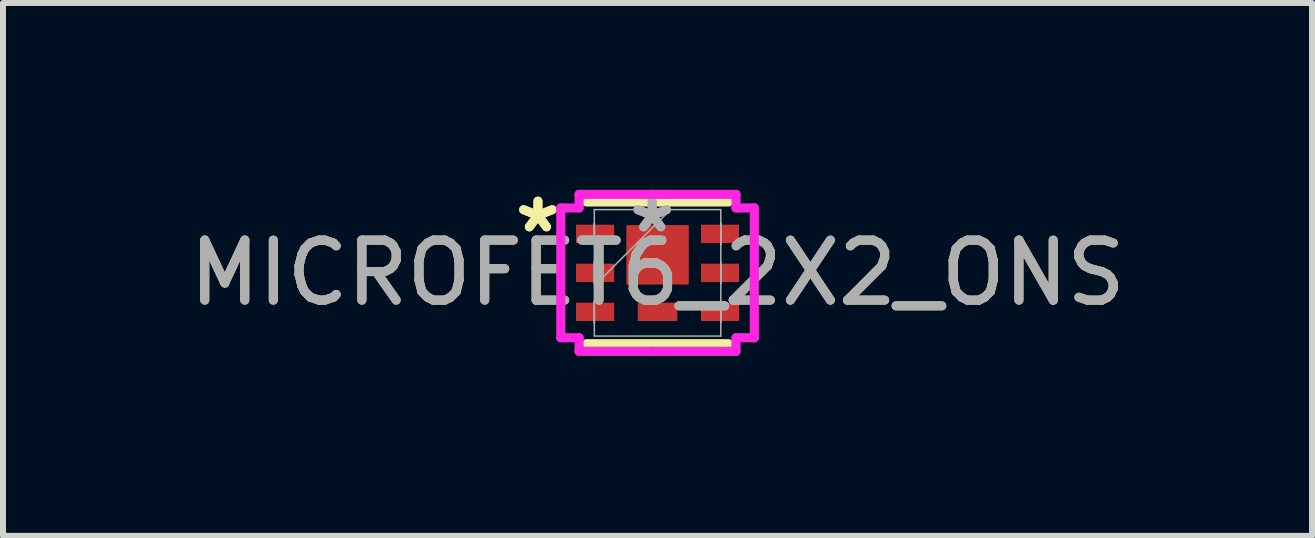
<source format=kicad_pcb>
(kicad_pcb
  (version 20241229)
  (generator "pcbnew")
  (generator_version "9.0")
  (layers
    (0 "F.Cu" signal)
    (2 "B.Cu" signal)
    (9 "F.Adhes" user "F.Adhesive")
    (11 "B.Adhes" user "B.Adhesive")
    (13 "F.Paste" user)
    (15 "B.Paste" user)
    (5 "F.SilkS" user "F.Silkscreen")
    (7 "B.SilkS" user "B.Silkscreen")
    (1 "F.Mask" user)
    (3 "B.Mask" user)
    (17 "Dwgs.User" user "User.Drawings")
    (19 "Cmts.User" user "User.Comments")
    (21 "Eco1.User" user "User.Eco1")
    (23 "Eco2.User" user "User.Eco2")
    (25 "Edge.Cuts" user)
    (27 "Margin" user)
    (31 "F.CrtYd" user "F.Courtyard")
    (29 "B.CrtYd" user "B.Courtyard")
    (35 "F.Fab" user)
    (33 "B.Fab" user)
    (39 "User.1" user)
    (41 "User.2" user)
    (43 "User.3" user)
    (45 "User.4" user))
  (footprint "MICROFET6_2X2_ONS"
    (layer "F.Cu")
    (at 7.911 1.498)
    (property "Reference" "MICROFET6_2X2_ONS" (at 0 0 0) (unlocked yes) (layer "F.SilkS") (effects (font (size 1 1) (thickness 0.15))))
    (attr smd)
    (fp_line (start -1.181 1.181) (end 1.181 1.181) (stroke (width 0.152) (type solid)) (layer "F.SilkS"))
    (fp_line (start 1.181 -1.181) (end -1.181 -1.181) (stroke (width 0.152) (type solid)) (layer "F.SilkS"))
    (fp_line (start -1.613 -1.082) (end -1.308 -1.082) (stroke (width 0.152) (type solid)) (layer "F.CrtYd"))
    (fp_line (start -1.613 1.082) (end -1.613 -1.082) (stroke (width 0.152) (type solid)) (layer "F.CrtYd"))
    (fp_line (start -1.308 -1.308) (end -0.107 -1.308) (stroke (width 0.152) (type solid)) (layer "F.CrtYd"))
    (fp_line (start -1.308 -1.082) (end -1.308 -1.308) (stroke (width 0.152) (type solid)) (layer "F.CrtYd"))
    (fp_line (start -1.308 1.082) (end -1.613 1.082) (stroke (width 0.152) (type solid)) (layer "F.CrtYd"))
    (fp_line (start -1.308 1.308) (end -1.308 1.082) (stroke (width 0.152) (type solid)) (layer "F.CrtYd"))
    (fp_line (start -0.107 -1.308) (end -0.107 -1.308) (stroke (width 0.152) (type solid)) (layer "F.CrtYd"))
    (fp_line (start -0.107 -1.308) (end 0.107 -1.308) (stroke (width 0.152) (type solid)) (layer "F.CrtYd"))
    (fp_line (start -0.107 1.308) (end -1.308 1.308) (stroke (width 0.152) (type solid)) (layer "F.CrtYd"))
    (fp_line (start -0.107 1.308) (end -0.107 1.308) (stroke (width 0.152) (type solid)) (layer "F.CrtYd"))
    (fp_line (start 0.107 -1.308) (end 0.107 -1.308) (stroke (width 0.152) (type solid)) (layer "F.CrtYd"))
    (fp_line (start 0.107 -1.308) (end 1.308 -1.308) (stroke (width 0.152) (type solid)) (layer "F.CrtYd"))
    (fp_line (start 0.107 1.308) (end -0.107 1.308) (stroke (width 0.152) (type solid)) (layer "F.CrtYd"))
    (fp_line (start 0.107 1.308) (end 0.107 1.308) (stroke (width 0.152) (type solid)) (layer "F.CrtYd"))
    (fp_line (start 1.308 -1.308) (end 1.308 -1.082) (stroke (width 0.152) (type solid)) (layer "F.CrtYd"))
    (fp_line (start 1.308 -1.082) (end 1.613 -1.082) (stroke (width 0.152) (type solid)) (layer "F.CrtYd"))
    (fp_line (start 1.308 1.082) (end 1.308 1.308) (stroke (width 0.152) (type solid)) (layer "F.CrtYd"))
    (fp_line (start 1.308 1.308) (end 0.107 1.308) (stroke (width 0.152) (type solid)) (layer "F.CrtYd"))
    (fp_line (start 1.613 -1.082) (end 1.613 1.082) (stroke (width 0.152) (type solid)) (layer "F.CrtYd"))
    (fp_line (start 1.613 1.082) (end 1.308 1.082) (stroke (width 0.152) (type solid)) (layer "F.CrtYd"))
    (fp_line (start -1.054 -1.054) (end -1.054 1.054) (stroke (width 0.025) (type solid)) (layer "F.Fab"))
    (fp_line (start -1.054 -0.828) (end -1.054 -0.828) (stroke (width 0.025) (type solid)) (layer "F.Fab"))
    (fp_line (start -1.054 -0.828) (end -1.054 -0.472) (stroke (width 0.025) (type solid)) (layer "F.Fab"))
    (fp_line (start -1.054 -0.472) (end -1.054 -0.828) (stroke (width 0.025) (type solid)) (layer "F.Fab"))
    (fp_line (start -1.054 -0.472) (end -1.054 -0.472) (stroke (width 0.025) (type solid)) (layer "F.Fab"))
    (fp_line (start -1.054 -0.178) (end -1.054 -0.178) (stroke (width 0.025) (type solid)) (layer "F.Fab"))
    (fp_line (start -1.054 -0.178) (end -1.054 0.178) (stroke (width 0.025) (type solid)) (layer "F.Fab"))
    (fp_line (start -1.054 0.178) (end -1.054 -0.178) (stroke (width 0.025) (type solid)) (layer "F.Fab"))
    (fp_line (start -1.054 0.178) (end -1.054 0.178) (stroke (width 0.025) (type solid)) (layer "F.Fab"))
    (fp_line (start -1.054 0.216) (end 0.216 -1.054) (stroke (width 0.025) (type solid)) (layer "F.Fab"))
    (fp_line (start -1.054 0.472) (end -1.054 0.472) (stroke (width 0.025) (type solid)) (layer "F.Fab"))
    (fp_line (start -1.054 0.472) (end -1.054 0.828) (stroke (width 0.025) (type solid)) (layer "F.Fab"))
    (fp_line (start -1.054 0.828) (end -1.054 0.472) (stroke (width 0.025) (type solid)) (layer "F.Fab"))
    (fp_line (start -1.054 0.828) (end -1.054 0.828) (stroke (width 0.025) (type solid)) (layer "F.Fab"))
    (fp_line (start -1.054 1.054) (end 1.054 1.054) (stroke (width 0.025) (type solid)) (layer "F.Fab"))
    (fp_line (start 1.054 -1.054) (end -1.054 -1.054) (stroke (width 0.025) (type solid)) (layer "F.Fab"))
    (fp_line (start 1.054 -0.828) (end 1.054 -0.828) (stroke (width 0.025) (type solid)) (layer "F.Fab"))
    (fp_line (start 1.054 -0.828) (end 1.054 -0.472) (stroke (width 0.025) (type solid)) (layer "F.Fab"))
    (fp_line (start 1.054 -0.472) (end 1.054 -0.828) (stroke (width 0.025) (type solid)) (layer "F.Fab"))
    (fp_line (start 1.054 -0.472) (end 1.054 -0.472) (stroke (width 0.025) (type solid)) (layer "F.Fab"))
    (fp_line (start 1.054 -0.178) (end 1.054 -0.178) (stroke (width 0.025) (type solid)) (layer "F.Fab"))
    (fp_line (start 1.054 -0.178) (end 1.054 0.178) (stroke (width 0.025) (type solid)) (layer "F.Fab"))
    (fp_line (start 1.054 0.178) (end 1.054 -0.178) (stroke (width 0.025) (type solid)) (layer "F.Fab"))
    (fp_line (start 1.054 0.178) (end 1.054 0.178) (stroke (width 0.025) (type solid)) (layer "F.Fab"))
    (fp_line (start 1.054 0.472) (end 1.054 0.472) (stroke (width 0.025) (type solid)) (layer "F.Fab"))
    (fp_line (start 1.054 0.472) (end 1.054 0.828) (stroke (width 0.025) (type solid)) (layer "F.Fab"))
    (fp_line (start 1.054 0.828) (end 1.054 0.472) (stroke (width 0.025) (type solid)) (layer "F.Fab"))
    (fp_line (start 1.054 0.828) (end 1.054 0.828) (stroke (width 0.025) (type solid)) (layer "F.Fab"))
    (fp_line (start 1.054 1.054) (end 1.054 -1.054) (stroke (width 0.025) (type solid)) (layer "F.Fab"))
    (fp_text user "*" (at -1.994 -0.65 0) (unlocked yes) (layer "F.SilkS") (effects (font (size 1 1) (thickness 0.15))))
    (fp_text user "*" (at -1.994 -0.65 0) (layer "F.SilkS") (effects (font (size 1 1) (thickness 0.15))))
    (fp_text user "*" (at -0.089 -0.65 0) (unlocked yes) (layer "F.Fab") (effects (font (size 1 1) (thickness 0.15))))
    (fp_text user "*" (at -0.089 -0.65 0) (layer "F.Fab") (effects (font (size 1 1) (thickness 0.15))))
    (fp_text user "${REFERENCE}" (at 0 0 0) (unlocked yes) (layer "F.Fab") (effects (font (size 1 1) (thickness 0.15))))
    (pad "1" smd rect (at -1.041 -0.65 90) (size 0.305 0.635) (layers "F.Cu" "F.Mask" "F.Paste"))
    (pad "2" smd rect (at -1.041 0 90) (size 0.305 0.635) (layers "F.Cu" "F.Mask" "F.Paste"))
    (pad "3" smd rect (at -1.041 0.65 90) (size 0.305 0.635) (layers "F.Cu" "F.Mask" "F.Paste"))
    (pad "4" smd rect (at 1.041 0.65 90) (size 0.305 0.635) (layers "F.Cu" "F.Mask" "F.Paste"))
    (pad "5" smd rect (at 1.041 0 90) (size 0.305 0.635) (layers "F.Cu" "F.Mask" "F.Paste"))
    (pad "6" smd rect (at 1.041 -0.65 90) (size 0.305 0.635) (layers "F.Cu" "F.Mask" "F.Paste"))
    (pad "7" smd rect (at 0 -0.3) (size 1.041 0.991) (layers "F.Cu" "F.Mask" "F.Paste"))
    (pad "8" smd rect (at 0 0.65) (size 0.66 0.305) (layers "F.Cu" "F.Mask" "F.Paste")))
  (gr_rect
    (start -3 -3)
    (end 18.821 5.883)
    (stroke (width 0.1) (type default))
    (fill no)
    (layer "Edge.Cuts")))
</source>
